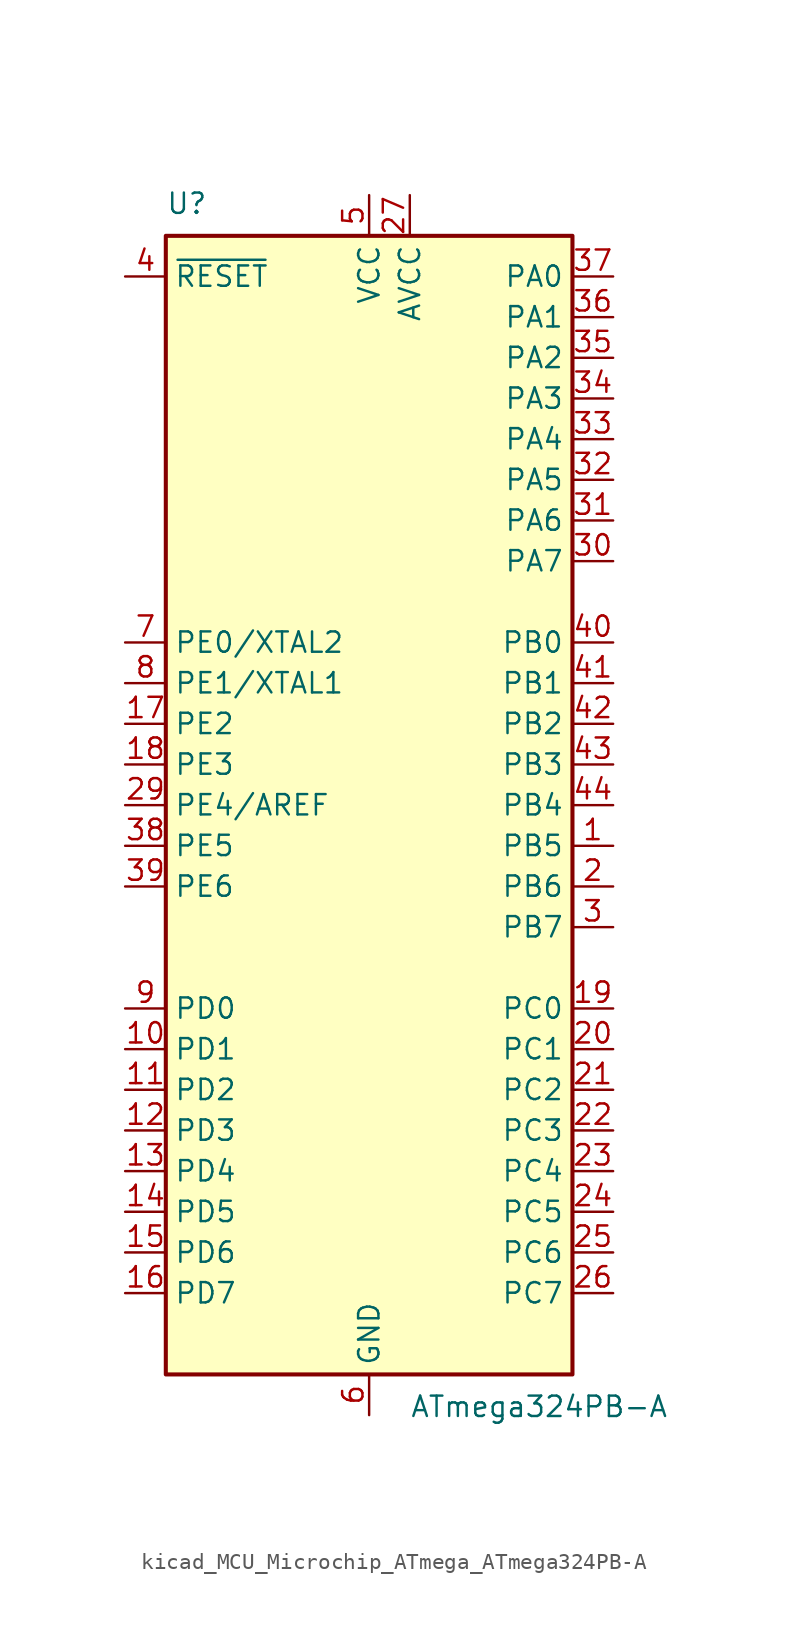
<source format=kicad_sym>
(kicad_symbol_lib
  (version 20220914)
  (generator kicad_symbol_editor)
  (symbol "kicad_MCU_Microchip_ATmega_ATmega324PB-A"
    (property "Reference" "U"
      (at -12.7 36.83 0)
      (effects (font (size 1.27 1.27)) (justify left bottom)))
    (property "Value" "ATmega324PB-A"
      (at 2.54 -36.83 0)
      (effects (font (size 1.27 1.27)) (justify left top)))
    (symbol "kicad_MCU_Microchip_ATmega_ATmega324PB-A_0_1"
      (rectangle (start -12.7 -35.56) (end 12.7 35.56) (stroke (width 0.254) (type default)) (fill (type background))))
    (symbol "kicad_MCU_Microchip_ATmega_ATmega324PB-A_1_1"
      (pin bidirectional line (at 15.24 -2.54 180) (length 2.54) (name "PB5" (effects (font (size 1.27 1.27)))) (number "1" (effects (font (size 1.27 1.27)))))
      (pin bidirectional line (at -15.24 -15.24 0) (length 2.54) (name "PD1" (effects (font (size 1.27 1.27)))) (number "10" (effects (font (size 1.27 1.27)))))
      (pin bidirectional line (at -15.24 -17.78 0) (length 2.54) (name "PD2" (effects (font (size 1.27 1.27)))) (number "11" (effects (font (size 1.27 1.27)))))
      (pin bidirectional line (at -15.24 -20.32 0) (length 2.54) (name "PD3" (effects (font (size 1.27 1.27)))) (number "12" (effects (font (size 1.27 1.27)))))
      (pin bidirectional line (at -15.24 -22.86 0) (length 2.54) (name "PD4" (effects (font (size 1.27 1.27)))) (number "13" (effects (font (size 1.27 1.27)))))
      (pin bidirectional line (at -15.24 -25.4 0) (length 2.54) (name "PD5" (effects (font (size 1.27 1.27)))) (number "14" (effects (font (size 1.27 1.27)))))
      (pin bidirectional line (at -15.24 -27.94 0) (length 2.54) (name "PD6" (effects (font (size 1.27 1.27)))) (number "15" (effects (font (size 1.27 1.27)))))
      (pin bidirectional line (at -15.24 -30.48 0) (length 2.54) (name "PD7" (effects (font (size 1.27 1.27)))) (number "16" (effects (font (size 1.27 1.27)))))
      (pin bidirectional line (at -15.24 5.08 0) (length 2.54) (name "PE2" (effects (font (size 1.27 1.27)))) (number "17" (effects (font (size 1.27 1.27)))))
      (pin bidirectional line (at -15.24 2.54 0) (length 2.54) (name "PE3" (effects (font (size 1.27 1.27)))) (number "18" (effects (font (size 1.27 1.27)))))
      (pin bidirectional line (at 15.24 -12.7 180) (length 2.54) (name "PC0" (effects (font (size 1.27 1.27)))) (number "19" (effects (font (size 1.27 1.27)))))
      (pin bidirectional line (at 15.24 -5.08 180) (length 2.54) (name "PB6" (effects (font (size 1.27 1.27)))) (number "2" (effects (font (size 1.27 1.27)))))
      (pin bidirectional line (at 15.24 -15.24 180) (length 2.54) (name "PC1" (effects (font (size 1.27 1.27)))) (number "20" (effects (font (size 1.27 1.27)))))
      (pin bidirectional line (at 15.24 -17.78 180) (length 2.54) (name "PC2" (effects (font (size 1.27 1.27)))) (number "21" (effects (font (size 1.27 1.27)))))
      (pin bidirectional line (at 15.24 -20.32 180) (length 2.54) (name "PC3" (effects (font (size 1.27 1.27)))) (number "22" (effects (font (size 1.27 1.27)))))
      (pin bidirectional line (at 15.24 -22.86 180) (length 2.54) (name "PC4" (effects (font (size 1.27 1.27)))) (number "23" (effects (font (size 1.27 1.27)))))
      (pin bidirectional line (at 15.24 -25.4 180) (length 2.54) (name "PC5" (effects (font (size 1.27 1.27)))) (number "24" (effects (font (size 1.27 1.27)))))
      (pin bidirectional line (at 15.24 -27.94 180) (length 2.54) (name "PC6" (effects (font (size 1.27 1.27)))) (number "25" (effects (font (size 1.27 1.27)))))
      (pin bidirectional line (at 15.24 -30.48 180) (length 2.54) (name "PC7" (effects (font (size 1.27 1.27)))) (number "26" (effects (font (size 1.27 1.27)))))
      (pin power_in line (at 2.54 38.1 270) (length 2.54) (name "AVCC" (effects (font (size 1.27 1.27)))) (number "27" (effects (font (size 1.27 1.27)))))
      (pin passive line (at 0 -38.1 90) (length 2.54) hide (name "GND" (effects (font (size 1.27 1.27)))) (number "28" (effects (font (size 1.27 1.27)))))
      (pin bidirectional line (at -15.24 0 0) (length 2.54) (name "PE4/AREF" (effects (font (size 1.27 1.27)))) (number "29" (effects (font (size 1.27 1.27)))))
      (pin bidirectional line (at 15.24 -7.62 180) (length 2.54) (name "PB7" (effects (font (size 1.27 1.27)))) (number "3" (effects (font (size 1.27 1.27)))))
      (pin bidirectional line (at 15.24 15.24 180) (length 2.54) (name "PA7" (effects (font (size 1.27 1.27)))) (number "30" (effects (font (size 1.27 1.27)))))
      (pin bidirectional line (at 15.24 17.78 180) (length 2.54) (name "PA6" (effects (font (size 1.27 1.27)))) (number "31" (effects (font (size 1.27 1.27)))))
      (pin bidirectional line (at 15.24 20.32 180) (length 2.54) (name "PA5" (effects (font (size 1.27 1.27)))) (number "32" (effects (font (size 1.27 1.27)))))
      (pin bidirectional line (at 15.24 22.86 180) (length 2.54) (name "PA4" (effects (font (size 1.27 1.27)))) (number "33" (effects (font (size 1.27 1.27)))))
      (pin bidirectional line (at 15.24 25.4 180) (length 2.54) (name "PA3" (effects (font (size 1.27 1.27)))) (number "34" (effects (font (size 1.27 1.27)))))
      (pin bidirectional line (at 15.24 27.94 180) (length 2.54) (name "PA2" (effects (font (size 1.27 1.27)))) (number "35" (effects (font (size 1.27 1.27)))))
      (pin bidirectional line (at 15.24 30.48 180) (length 2.54) (name "PA1" (effects (font (size 1.27 1.27)))) (number "36" (effects (font (size 1.27 1.27)))))
      (pin bidirectional line (at 15.24 33.02 180) (length 2.54) (name "PA0" (effects (font (size 1.27 1.27)))) (number "37" (effects (font (size 1.27 1.27)))))
      (pin bidirectional line (at -15.24 -2.54 0) (length 2.54) (name "PE5" (effects (font (size 1.27 1.27)))) (number "38" (effects (font (size 1.27 1.27)))))
      (pin bidirectional line (at -15.24 -5.08 0) (length 2.54) (name "PE6" (effects (font (size 1.27 1.27)))) (number "39" (effects (font (size 1.27 1.27)))))
      (pin input line (at -15.24 33.02 0) (length 2.54) (name "~{RESET}" (effects (font (size 1.27 1.27)))) (number "4" (effects (font (size 1.27 1.27)))))
      (pin bidirectional line (at 15.24 10.16 180) (length 2.54) (name "PB0" (effects (font (size 1.27 1.27)))) (number "40" (effects (font (size 1.27 1.27)))))
      (pin bidirectional line (at 15.24 7.62 180) (length 2.54) (name "PB1" (effects (font (size 1.27 1.27)))) (number "41" (effects (font (size 1.27 1.27)))))
      (pin bidirectional line (at 15.24 5.08 180) (length 2.54) (name "PB2" (effects (font (size 1.27 1.27)))) (number "42" (effects (font (size 1.27 1.27)))))
      (pin bidirectional line (at 15.24 2.54 180) (length 2.54) (name "PB3" (effects (font (size 1.27 1.27)))) (number "43" (effects (font (size 1.27 1.27)))))
      (pin bidirectional line (at 15.24 0 180) (length 2.54) (name "PB4" (effects (font (size 1.27 1.27)))) (number "44" (effects (font (size 1.27 1.27)))))
      (pin power_in line (at 0 38.1 270) (length 2.54) (name "VCC" (effects (font (size 1.27 1.27)))) (number "5" (effects (font (size 1.27 1.27)))))
      (pin power_in line (at 0 -38.1 90) (length 2.54) (name "GND" (effects (font (size 1.27 1.27)))) (number "6" (effects (font (size 1.27 1.27)))))
      (pin bidirectional line (at -15.24 10.16 0) (length 2.54) (name "PE0/XTAL2" (effects (font (size 1.27 1.27)))) (number "7" (effects (font (size 1.27 1.27)))))
      (pin bidirectional line (at -15.24 7.62 0) (length 2.54) (name "PE1/XTAL1" (effects (font (size 1.27 1.27)))) (number "8" (effects (font (size 1.27 1.27)))))
      (pin bidirectional line (at -15.24 -12.7 0) (length 2.54) (name "PD0" (effects (font (size 1.27 1.27)))) (number "9" (effects (font (size 1.27 1.27))))))))
</source>
